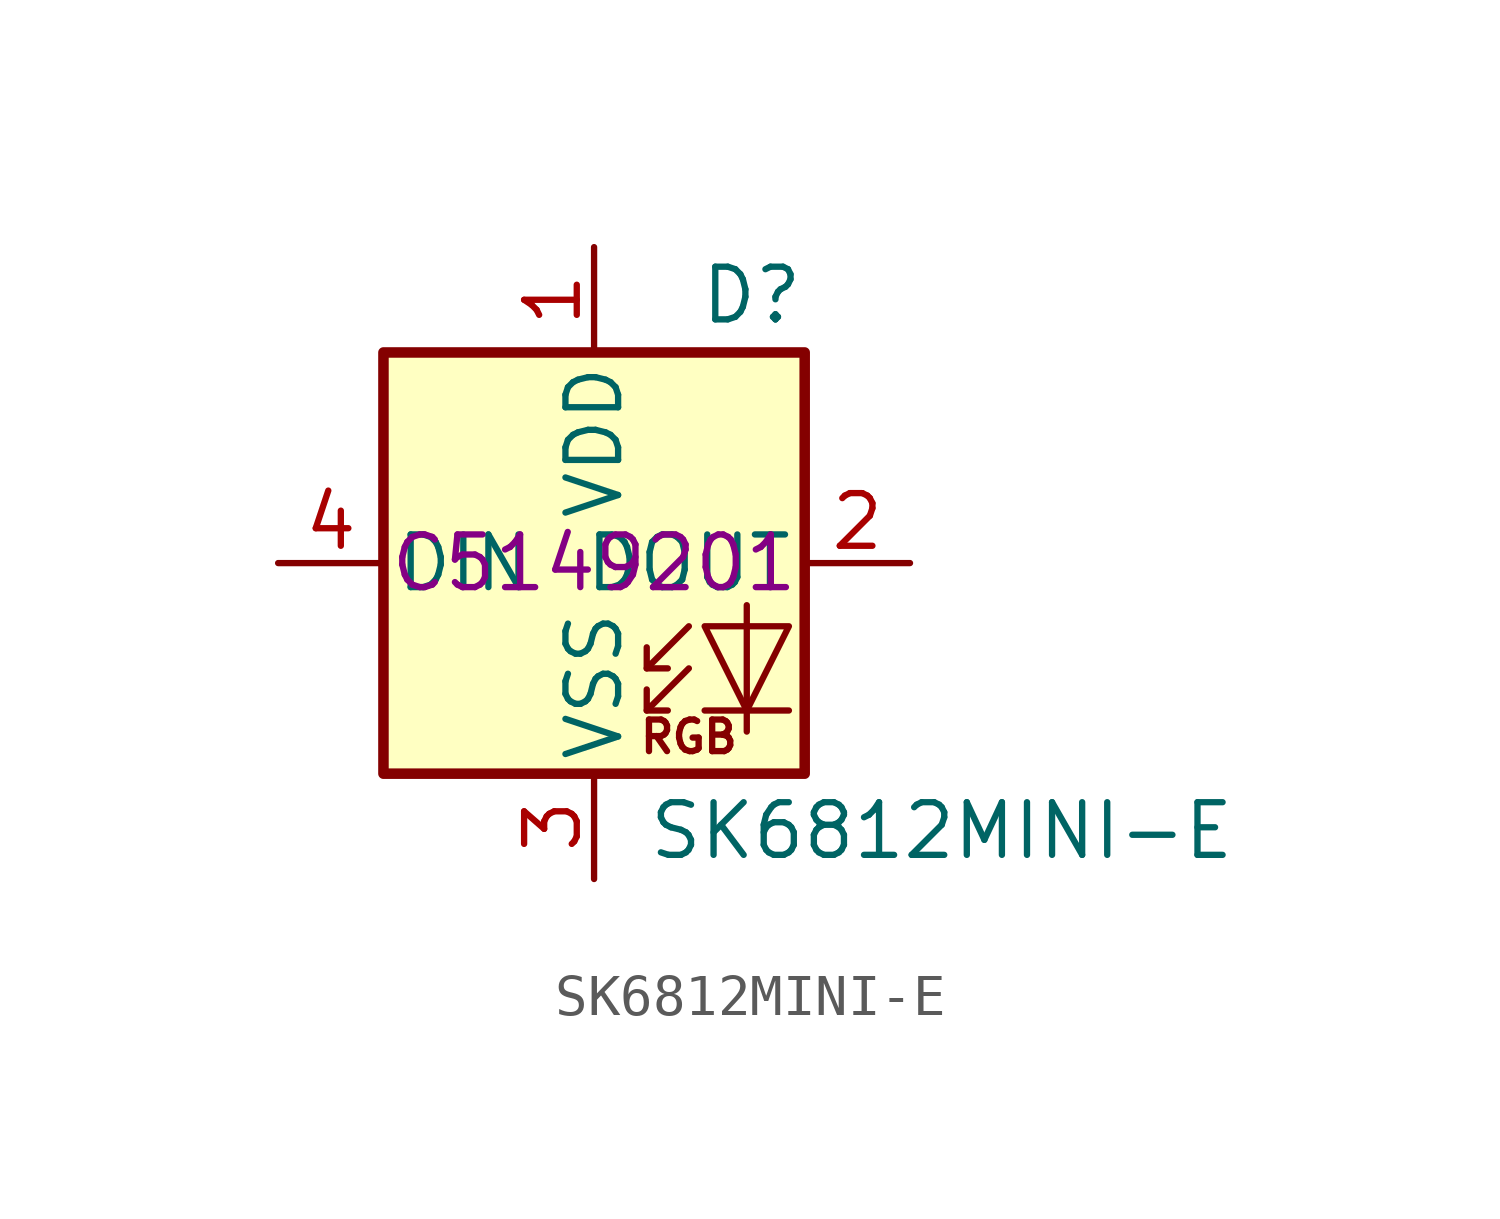
<source format=kicad_sym>
(kicad_symbol_lib
  (version 20231120)
  (generator "kicad_symbol_editor")
  (generator_version "8.0")
  (symbol "SK6812MINI-E"
    (pin_names
      (offset 0.254))
    (property "Reference" "D"
      (at 5.08 5.715 0)
      (effects (font (size 1.27 1.27)) (justify right bottom)))
    (property "Value" "SK6812MINI-E"
      (at 1.27 -5.715 0)
      (effects (font (size 1.27 1.27)) (justify left top)))
    (property "LCSC" "C5149201"
      (at 0 0 0)
      (effects (font (size 1.27 1.27))))
    (symbol "SK6812MINI-E_0_0"
      (text "RGB" (at 2.286 -4.191 0) (effects (font (size 0.762 0.762)))))
    (symbol "SK6812MINI-E_0_1"
      (polyline (pts (xy 1.27 -3.556) (xy 1.778 -3.556)) (stroke (width 0) (type default)) (fill (type none)))
      (polyline (pts (xy 1.27 -2.54) (xy 1.778 -2.54)) (stroke (width 0) (type default)) (fill (type none)))
      (polyline (pts (xy 4.699 -3.556) (xy 2.667 -3.556)) (stroke (width 0) (type default)) (fill (type none)))
      (polyline (pts (xy 2.286 -2.54) (xy 1.27 -3.556) (xy 1.27 -3.048)) (stroke (width 0) (type default)) (fill (type none)))
      (polyline (pts (xy 2.286 -1.524) (xy 1.27 -2.54) (xy 1.27 -2.032)) (stroke (width 0) (type default)) (fill (type none)))
      (polyline (pts (xy 3.683 -1.016) (xy 3.683 -3.556) (xy 3.683 -4.064)) (stroke (width 0) (type default)) (fill (type none)))
      (polyline (pts (xy 4.699 -1.524) (xy 2.667 -1.524) (xy 3.683 -3.556) (xy 4.699 -1.524)) (stroke (width 0) (type default)) (fill (type none)))
      (rectangle (start 5.08 5.08) (end -5.08 -5.08) (stroke (width 0.254) (type default)) (fill (type background))))
    (symbol "SK6812MINI-E_1_1"
      (pin power_in line (at 0 7.62 270) (length 2.54) (name "VDD" (effects (font (size 1.27 1.27)))) (number "1" (effects (font (size 1.27 1.27)))))
      (pin output line (at 7.62 0 180) (length 2.54) (name "DOUT" (effects (font (size 1.27 1.27)))) (number "2" (effects (font (size 1.27 1.27)))))
      (pin power_in line (at 0 -7.62 90) (length 2.54) (name "VSS" (effects (font (size 1.27 1.27)))) (number "3" (effects (font (size 1.27 1.27)))))
      (pin input line (at -7.62 0 0) (length 2.54) (name "DIN" (effects (font (size 1.27 1.27)))) (number "4" (effects (font (size 1.27 1.27))))))))
</source>
